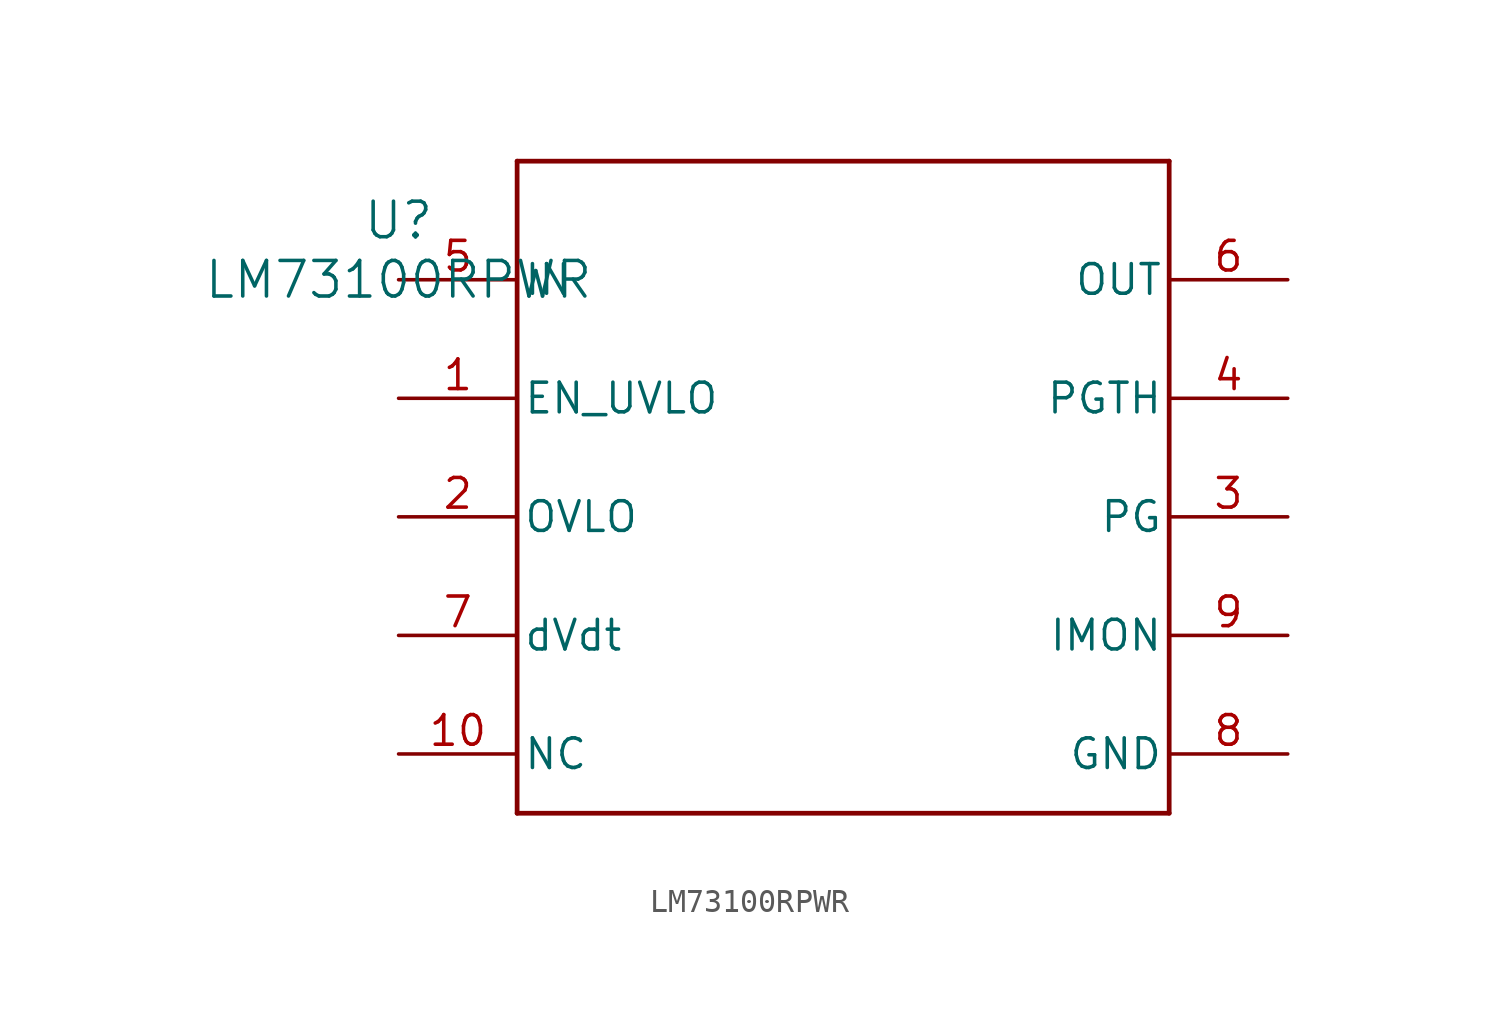
<source format=kicad_sym>
(kicad_symbol_lib
  (version 20211014)
  (generator kicad_symbol_editor)
  (symbol "LM73100RPWR"
    (pin_names
      (offset 0.254))
    (property "Reference" "U"
      (at 0 2.54 0)
      (effects (font (size 1.524 1.524))))
    (property "Value" "LM73100RPWR"
      (at 0 0 0)
      (effects (font (size 1.524 1.524))))
    (symbol "LM73100RPWR_0_1"
      (polyline (pts (xy 5.08 -22.86) (xy 33.02 -22.86)) (stroke (width 0.203) (type default) (color 0 0 0 0)) (fill (type none)))
      (polyline (pts (xy 33.02 -22.86) (xy 33.02 5.08)) (stroke (width 0.203) (type default) (color 0 0 0 0)) (fill (type none)))
      (polyline (pts (xy 33.02 5.08) (xy 5.08 5.08)) (stroke (width 0.203) (type default) (color 0 0 0 0)) (fill (type none)))
      (polyline (pts (xy 5.08 5.08) (xy 5.08 -22.86)) (stroke (width 0.203) (type default) (color 0 0 0 0)) (fill (type none)))
      (pin input line (at 0 -5.08 0) (length 5.08) (name "EN_UVLO" (effects (font (size 1.27 1.27)))) (number "1" (effects (font (size 1.27 1.27)))))
      (pin input line (at 0 -10.16 0) (length 5.08) (name "OVLO" (effects (font (size 1.27 1.27)))) (number "2" (effects (font (size 1.27 1.27)))))
      (pin output line (at 38.1 -10.16 180) (length 5.08) (name "PG" (effects (font (size 1.27 1.27)))) (number "3" (effects (font (size 1.27 1.27)))))
      (pin input line (at 38.1 -5.08 180) (length 5.08) (name "PGTH" (effects (font (size 1.27 1.27)))) (number "4" (effects (font (size 1.27 1.27)))))
      (pin power_in line (at 0 0 0) (length 5.08) (name "IN" (effects (font (size 1.27 1.27)))) (number "5" (effects (font (size 1.27 1.27)))))
      (pin power_in line (at 38.1 0 180) (length 5.08) (name "OUT" (effects (font (size 1.27 1.27)))) (number "6" (effects (font (size 1.27 1.27)))))
      (pin output line (at 0 -15.24 0) (length 5.08) (name "dVdt" (effects (font (size 1.27 1.27)))) (number "7" (effects (font (size 1.27 1.27)))))
      (pin power_in line (at 38.1 -20.32 180) (length 5.08) (name "GND" (effects (font (size 1.27 1.27)))) (number "8" (effects (font (size 1.27 1.27)))))
      (pin output line (at 38.1 -15.24 180) (length 5.08) (name "IMON" (effects (font (size 1.27 1.27)))) (number "9" (effects (font (size 1.27 1.27)))))
      (pin unspecified line (at 0 -20.32 0) (length 5.08) (name "NC" (effects (font (size 1.27 1.27)))) (number "10" (effects (font (size 1.27 1.27))))))))
</source>
